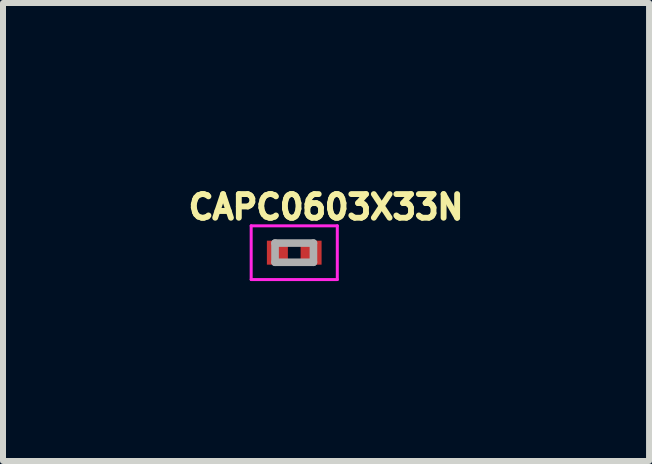
<source format=kicad_pcb>
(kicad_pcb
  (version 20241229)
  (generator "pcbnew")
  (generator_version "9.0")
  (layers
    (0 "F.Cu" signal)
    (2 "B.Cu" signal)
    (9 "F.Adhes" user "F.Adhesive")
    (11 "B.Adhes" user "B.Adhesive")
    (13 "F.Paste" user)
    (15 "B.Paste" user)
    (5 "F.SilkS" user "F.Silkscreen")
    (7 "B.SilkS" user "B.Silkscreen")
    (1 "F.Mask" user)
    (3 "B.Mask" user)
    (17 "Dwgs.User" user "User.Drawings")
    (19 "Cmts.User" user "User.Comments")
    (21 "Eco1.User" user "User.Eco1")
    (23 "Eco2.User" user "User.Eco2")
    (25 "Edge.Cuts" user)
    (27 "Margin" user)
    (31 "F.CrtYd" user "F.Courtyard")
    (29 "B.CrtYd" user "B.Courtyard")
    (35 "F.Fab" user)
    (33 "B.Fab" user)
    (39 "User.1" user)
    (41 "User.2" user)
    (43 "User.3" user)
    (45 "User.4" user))
  (footprint "CAPC0603X33N"
    (layer "F.Cu")
    (at 1.856 1.163)
    (property "Reference" "CAPC0603X33N" (at 0.53 -0.76 0) (layer "F.SilkS") (effects (font (size 0.394 0.394) (thickness 0.098))))
    (attr smd)
    (fp_line (start -0.718 -0.448) (end 0.718 -0.448) (stroke (width 0.05) (type solid)) (layer "F.CrtYd"))
    (fp_line (start -0.718 0.448) (end -0.718 -0.448) (stroke (width 0.05) (type solid)) (layer "F.CrtYd"))
    (fp_line (start -0.718 0.448) (end 0.718 0.448) (stroke (width 0.05) (type solid)) (layer "F.CrtYd"))
    (fp_line (start 0.718 0.448) (end 0.718 -0.448) (stroke (width 0.05) (type solid)) (layer "F.CrtYd"))
    (fp_line (start -0.32 0.16) (end -0.32 -0.16) (stroke (width 0.127) (type solid)) (layer "F.Fab"))
    (fp_line (start 0.32 -0.16) (end -0.32 -0.16) (stroke (width 0.127) (type solid)) (layer "F.Fab"))
    (fp_line (start 0.32 0.16) (end -0.32 0.16) (stroke (width 0.127) (type solid)) (layer "F.Fab"))
    (fp_line (start 0.32 0.16) (end 0.32 -0.16) (stroke (width 0.127) (type solid)) (layer "F.Fab"))
    (pad "1" smd rect (at -0.281 0) (size 0.35 0.4) (layers "F.Cu" "F.Mask" "F.Paste"))
    (pad "2" smd rect (at 0.281 0) (size 0.35 0.4) (layers "F.Cu" "F.Mask" "F.Paste")))
  (gr_rect
    (start -3 -3)
    (end 7.772 4.636)
    (stroke (width 0.1) (type default))
    (fill no)
    (layer "Edge.Cuts")))
</source>
